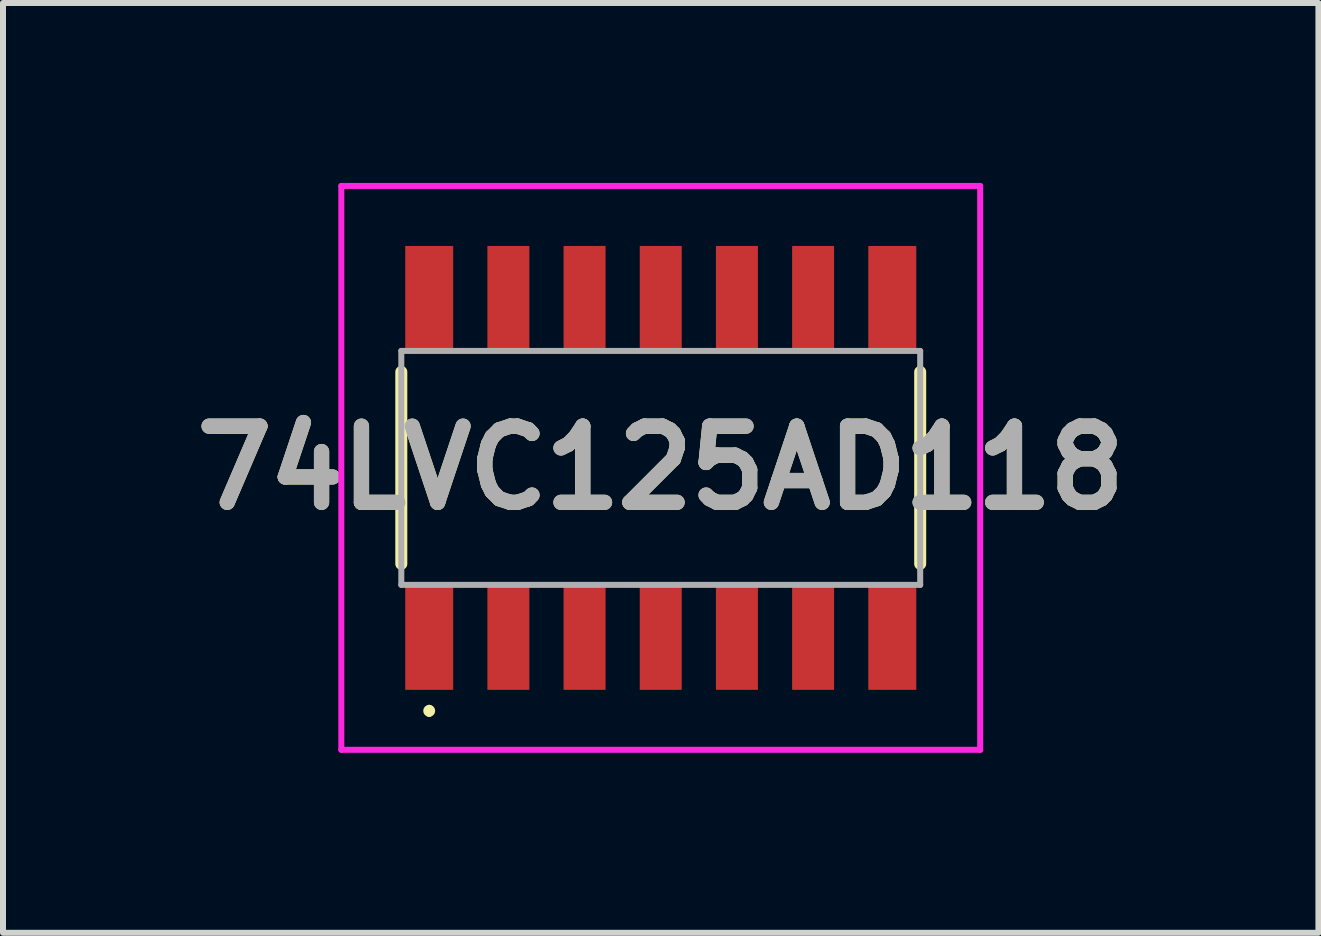
<source format=kicad_pcb>
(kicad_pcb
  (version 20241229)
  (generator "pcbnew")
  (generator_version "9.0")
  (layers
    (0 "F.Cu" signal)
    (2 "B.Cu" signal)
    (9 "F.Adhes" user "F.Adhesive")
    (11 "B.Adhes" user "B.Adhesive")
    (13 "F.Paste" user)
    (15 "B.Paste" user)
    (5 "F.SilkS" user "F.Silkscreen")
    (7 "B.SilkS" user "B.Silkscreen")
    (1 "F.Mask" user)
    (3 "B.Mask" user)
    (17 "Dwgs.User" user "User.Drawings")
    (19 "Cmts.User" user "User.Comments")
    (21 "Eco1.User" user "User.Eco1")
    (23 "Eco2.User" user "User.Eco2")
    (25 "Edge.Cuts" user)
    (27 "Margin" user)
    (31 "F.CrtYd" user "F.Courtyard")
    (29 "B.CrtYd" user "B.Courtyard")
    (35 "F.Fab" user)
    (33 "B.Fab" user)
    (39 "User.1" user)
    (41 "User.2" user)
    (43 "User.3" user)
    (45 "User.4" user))
  (footprint "74LVC125AD118"
    (layer "F.Cu")
    (at 7.965 4.75)
    (property "Reference" "74LVC125AD118" (at 0 0 0) (layer "F.SilkS") (effects (font (size 1.27 1.27) (thickness 0.254))))
    (attr smd)
    (fp_line (start -4.325 -1.6) (end -4.325 1.6) (stroke (width 0.2) (type solid)) (layer "F.SilkS"))
    (fp_line (start -3.86 4) (end -3.86 4) (stroke (width 0.1) (type solid)) (layer "F.SilkS"))
    (fp_line (start -3.86 4.1) (end -3.86 4.1) (stroke (width 0.1) (type solid)) (layer "F.SilkS"))
    (fp_line (start 4.325 -1.6) (end 4.325 1.6) (stroke (width 0.2) (type solid)) (layer "F.SilkS"))
    (fp_arc (start -3.86 4) (mid -3.81 4.05) (end -3.86 4.1) (stroke (width 0.1) (type solid)) (layer "F.SilkS"))
    (fp_arc (start -3.86 4.1) (mid -3.91 4.05) (end -3.86 4) (stroke (width 0.1) (type solid)) (layer "F.SilkS"))
    (fp_line (start -5.325 -4.7) (end 5.325 -4.7) (stroke (width 0.1) (type solid)) (layer "F.CrtYd"))
    (fp_line (start -5.325 4.7) (end -5.325 -4.7) (stroke (width 0.1) (type solid)) (layer "F.CrtYd"))
    (fp_line (start 5.325 -4.7) (end 5.325 4.7) (stroke (width 0.1) (type solid)) (layer "F.CrtYd"))
    (fp_line (start 5.325 4.7) (end -5.325 4.7) (stroke (width 0.1) (type solid)) (layer "F.CrtYd"))
    (fp_line (start -4.325 -1.95) (end -4.325 1.95) (stroke (width 0.1) (type solid)) (layer "F.Fab"))
    (fp_line (start -4.325 1.95) (end 4.325 1.95) (stroke (width 0.1) (type solid)) (layer "F.Fab"))
    (fp_line (start 4.325 -1.95) (end -4.325 -1.95) (stroke (width 0.1) (type solid)) (layer "F.Fab"))
    (fp_line (start 4.325 1.95) (end 4.325 -1.95) (stroke (width 0.1) (type solid)) (layer "F.Fab"))
    (fp_text user "${REFERENCE}" (at 0 0 0) (layer "F.Fab") (effects (font (size 1.27 1.27) (thickness 0.254))))
    (pad "1" smd rect (at -3.86 2.825) (size 0.8 1.75) (layers "F.Cu" "F.Mask" "F.Paste"))
    (pad "2" smd rect (at -2.54 2.825) (size 0.7 1.75) (layers "F.Cu" "F.Mask" "F.Paste"))
    (pad "3" smd rect (at -1.27 2.825) (size 0.7 1.75) (layers "F.Cu" "F.Mask" "F.Paste"))
    (pad "4" smd rect (at 0 2.825) (size 0.7 1.75) (layers "F.Cu" "F.Mask" "F.Paste"))
    (pad "5" smd rect (at 1.27 2.825) (size 0.7 1.75) (layers "F.Cu" "F.Mask" "F.Paste"))
    (pad "6" smd rect (at 2.54 2.825) (size 0.7 1.75) (layers "F.Cu" "F.Mask" "F.Paste"))
    (pad "7" smd rect (at 3.86 2.825) (size 0.8 1.75) (layers "F.Cu" "F.Mask" "F.Paste"))
    (pad "8" smd rect (at 3.86 -2.825) (size 0.8 1.75) (layers "F.Cu" "F.Mask" "F.Paste"))
    (pad "9" smd rect (at 2.54 -2.825) (size 0.7 1.75) (layers "F.Cu" "F.Mask" "F.Paste"))
    (pad "10" smd rect (at 1.27 -2.825) (size 0.7 1.75) (layers "F.Cu" "F.Mask" "F.Paste"))
    (pad "11" smd rect (at 0 -2.825) (size 0.7 1.75) (layers "F.Cu" "F.Mask" "F.Paste"))
    (pad "12" smd rect (at -1.27 -2.825) (size 0.7 1.75) (layers "F.Cu" "F.Mask" "F.Paste"))
    (pad "13" smd rect (at -2.54 -2.825) (size 0.7 1.75) (layers "F.Cu" "F.Mask" "F.Paste"))
    (pad "14" smd rect (at -3.86 -2.825) (size 0.8 1.75) (layers "F.Cu" "F.Mask" "F.Paste")))
  (gr_rect
    (start -3 -3)
    (end 18.929 12.5)
    (stroke (width 0.1) (type default))
    (fill no)
    (layer "Edge.Cuts")))
</source>
